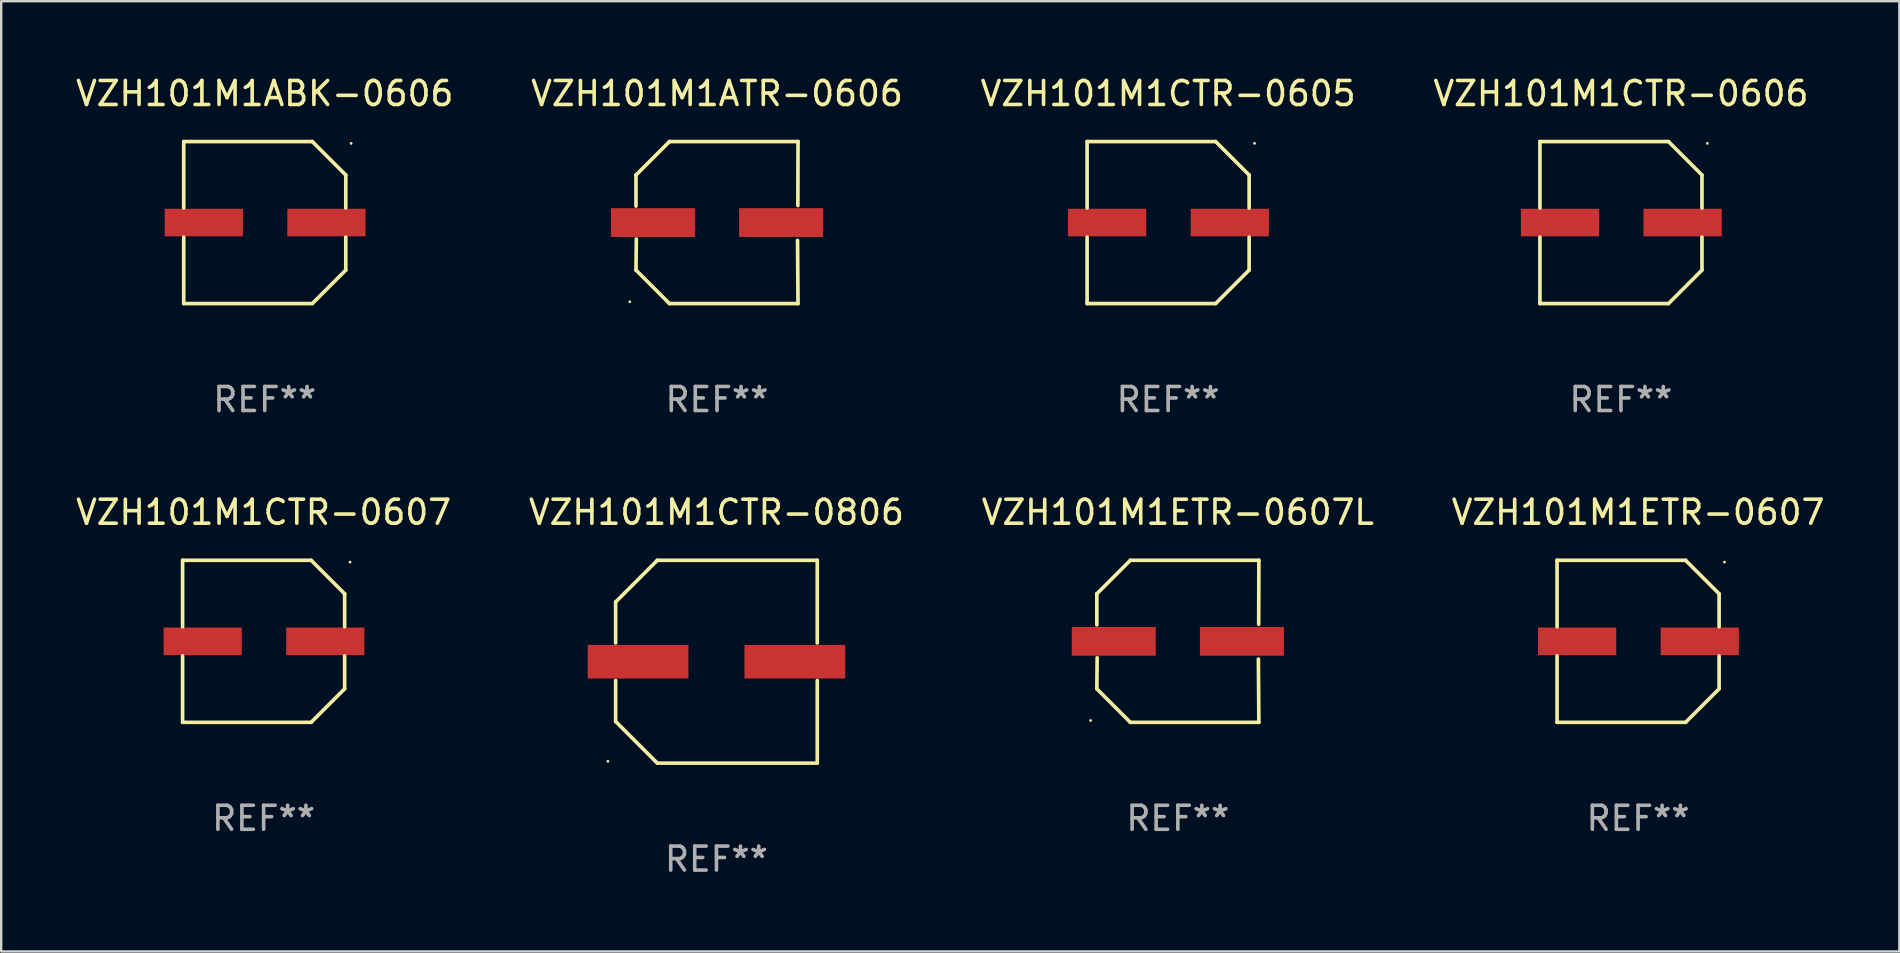
<source format=kicad_pcb>
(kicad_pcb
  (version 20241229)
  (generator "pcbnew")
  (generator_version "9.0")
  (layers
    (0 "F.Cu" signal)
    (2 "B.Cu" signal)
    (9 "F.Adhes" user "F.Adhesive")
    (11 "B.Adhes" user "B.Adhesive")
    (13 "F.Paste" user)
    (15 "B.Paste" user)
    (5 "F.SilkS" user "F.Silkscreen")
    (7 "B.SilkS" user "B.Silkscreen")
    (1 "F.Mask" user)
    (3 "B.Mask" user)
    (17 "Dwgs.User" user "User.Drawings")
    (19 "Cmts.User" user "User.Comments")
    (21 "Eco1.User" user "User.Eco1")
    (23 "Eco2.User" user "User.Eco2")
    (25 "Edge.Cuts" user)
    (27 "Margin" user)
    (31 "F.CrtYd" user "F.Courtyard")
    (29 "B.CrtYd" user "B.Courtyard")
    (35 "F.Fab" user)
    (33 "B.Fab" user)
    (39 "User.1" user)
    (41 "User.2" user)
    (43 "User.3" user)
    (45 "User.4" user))
  (footprint "VZH101M1CTR-0607"
    (layer "F.Cu")
    (at 7.935 23.673)
    (property "Reference" "VZH101M1CTR-0607" (at 0 -5.376 0) (layer "F.SilkS") (effects (font (size 1 1) (thickness 0.15))))
    (attr through_hole)
    (fp_line (start -3.376 -3.376) (end 1.98 -3.376) (stroke (width 0.152) (type solid)) (layer "F.SilkS"))
    (fp_line (start -3.376 -0.607) (end -3.376 -3.376) (stroke (width 0.152) (type solid)) (layer "F.SilkS"))
    (fp_line (start -3.376 0.607) (end -3.376 3.376) (stroke (width 0.152) (type solid)) (layer "F.SilkS"))
    (fp_line (start -3.376 3.376) (end 1.98 3.376) (stroke (width 0.152) (type solid)) (layer "F.SilkS"))
    (fp_line (start 1.98 -3.376) (end 3.376 -1.98) (stroke (width 0.152) (type solid)) (layer "F.SilkS"))
    (fp_line (start 1.98 3.376) (end 3.376 1.98) (stroke (width 0.152) (type solid)) (layer "F.SilkS"))
    (fp_line (start 3.376 -1.98) (end 3.376 -0.607) (stroke (width 0.152) (type solid)) (layer "F.SilkS"))
    (fp_line (start 3.376 1.98) (end 3.376 0.607) (stroke (width 0.152) (type solid)) (layer "F.SilkS"))
    (fp_circle (center 3.6 -3.3) (end 3.63 -3.3) (stroke (width 0.06) (type solid)) (fill no) (layer "F.SilkS"))
    (fp_text user "REF**" (at 0 7.376 0) (layer "F.Fab") (effects (font (size 1 1) (thickness 0.15))))
    (pad "1" smd rect (at 2.57 0 180) (size 3.26 1.15) (layers "F.Cu" "F.Mask" "F.Paste"))
    (pad "2" smd rect (at -2.54 0 180) (size 3.26 1.15) (layers "F.Cu" "F.Mask" "F.Paste")))
  (footprint "VZH101M1ATR-0606"
    (layer "F.Cu")
    (at 26.827 6.224)
    (property "Reference" "VZH101M1ATR-0606" (at 0 -5.376 0) (layer "F.SilkS") (effects (font (size 1 1) (thickness 0.15))))
    (attr through_hole)
    (fp_line (start -3.376 -1.98) (end -3.376 -0.686) (stroke (width 0.152) (type solid)) (layer "F.SilkS"))
    (fp_line (start -3.376 1.981) (end -3.362 0.686) (stroke (width 0.152) (type solid)) (layer "F.SilkS"))
    (fp_line (start -1.981 3.376) (end -3.376 1.981) (stroke (width 0.152) (type solid)) (layer "F.SilkS"))
    (fp_line (start -1.98 -3.376) (end -3.376 -1.98) (stroke (width 0.152) (type solid)) (layer "F.SilkS"))
    (fp_line (start 3.356 0.74) (end 3.376 3.376) (stroke (width 0.152) (type solid)) (layer "F.SilkS"))
    (fp_line (start 3.369 -0.707) (end 3.376 -3.376) (stroke (width 0.152) (type solid)) (layer "F.SilkS"))
    (fp_line (start 3.376 3.376) (end -1.981 3.376) (stroke (width 0.152) (type solid)) (layer "F.SilkS"))
    (fp_line (start 3.376 -3.376) (end -1.98 -3.376) (stroke (width 0.152) (type solid)) (layer "F.SilkS"))
    (fp_circle (center -3.634 3.3) (end -3.604 3.3) (stroke (width 0.06) (type solid)) (fill no) (layer "F.SilkS"))
    (fp_text user "REF**" (at 0 7.376 0) (layer "F.Fab") (effects (font (size 1 1) (thickness 0.15))))
    (pad "1" smd rect (at -2.67 0.000254) (size 3.5 1.2) (layers "F.Cu" "F.Mask" "F.Paste"))
    (pad "2" smd rect (at 2.67 0.000254) (size 3.5 1.2) (layers "F.Cu" "F.Mask" "F.Paste")))
  (footprint "VZH101M1CTR-0806"
    (layer "F.Cu")
    (at 26.804 24.523)
    (property "Reference" "VZH101M1CTR-0806" (at 0 -6.226 0) (layer "F.SilkS") (effects (font (size 1 1) (thickness 0.15))))
    (attr through_hole)
    (fp_line (start -4.201 -2.49) (end -4.201 -0.782) (stroke (width 0.152) (type solid)) (layer "F.SilkS"))
    (fp_line (start -4.201 2.49) (end -4.201 0.782) (stroke (width 0.152) (type solid)) (layer "F.SilkS"))
    (fp_line (start -2.465 -4.226) (end -4.201 -2.49) (stroke (width 0.152) (type solid)) (layer "F.SilkS"))
    (fp_line (start -2.465 4.226) (end -4.201 2.49) (stroke (width 0.152) (type solid)) (layer "F.SilkS"))
    (fp_line (start 4.201 -4.226) (end -2.465 -4.226) (stroke (width 0.152) (type solid)) (layer "F.SilkS"))
    (fp_line (start 4.201 -0.782) (end 4.201 -4.226) (stroke (width 0.152) (type solid)) (layer "F.SilkS"))
    (fp_line (start 4.201 0.782) (end 4.201 4.226) (stroke (width 0.152) (type solid)) (layer "F.SilkS"))
    (fp_line (start 4.201 4.226) (end -2.465 4.226) (stroke (width 0.152) (type solid)) (layer "F.SilkS"))
    (fp_circle (center -4.524 4.15) (end -4.494 4.15) (stroke (width 0.06) (type solid)) (fill no) (layer "F.SilkS"))
    (fp_text user "REF**" (at 0 8.226 0) (layer "F.Fab") (effects (font (size 1 1) (thickness 0.15))))
    (pad "1" smd rect (at -3.267 0) (size 4.2 1.4) (layers "F.Cu" "F.Mask" "F.Paste"))
    (pad "2" smd rect (at 3.267 0) (size 4.2 1.4) (layers "F.Cu" "F.Mask" "F.Paste")))
  (footprint "VZH101M1ABK-0606"
    (layer "F.Cu")
    (at 7.982 6.224)
    (property "Reference" "VZH101M1ABK-0606" (at 0 -5.376 0) (layer "F.SilkS") (effects (font (size 1 1) (thickness 0.15))))
    (attr through_hole)
    (fp_line (start -3.376 -3.376) (end 1.98 -3.376) (stroke (width 0.152) (type solid)) (layer "F.SilkS"))
    (fp_line (start -3.376 -0.607) (end -3.376 -3.376) (stroke (width 0.152) (type solid)) (layer "F.SilkS"))
    (fp_line (start -3.376 0.607) (end -3.376 3.376) (stroke (width 0.152) (type solid)) (layer "F.SilkS"))
    (fp_line (start -3.376 3.376) (end 1.98 3.376) (stroke (width 0.152) (type solid)) (layer "F.SilkS"))
    (fp_line (start 1.98 -3.376) (end 3.376 -1.98) (stroke (width 0.152) (type solid)) (layer "F.SilkS"))
    (fp_line (start 1.98 3.376) (end 3.376 1.98) (stroke (width 0.152) (type solid)) (layer "F.SilkS"))
    (fp_line (start 3.376 -1.98) (end 3.376 -0.607) (stroke (width 0.152) (type solid)) (layer "F.SilkS"))
    (fp_line (start 3.376 1.98) (end 3.376 0.607) (stroke (width 0.152) (type solid)) (layer "F.SilkS"))
    (fp_circle (center 3.6 -3.3) (end 3.63 -3.3) (stroke (width 0.06) (type solid)) (fill no) (layer "F.SilkS"))
    (fp_text user "REF**" (at 0 7.376 0) (layer "F.Fab") (effects (font (size 1 1) (thickness 0.15))))
    (pad "1" smd rect (at 2.57 0 180) (size 3.26 1.15) (layers "F.Cu" "F.Mask" "F.Paste"))
    (pad "2" smd rect (at -2.54 0 180) (size 3.26 1.15) (layers "F.Cu" "F.Mask" "F.Paste")))
  (footprint "VZH101M1ETR-0607L"
    (layer "F.Cu")
    (at 46.03 23.673)
    (property "Reference" "VZH101M1ETR-0607L" (at 0 -5.376 0) (layer "F.SilkS") (effects (font (size 1 1) (thickness 0.15))))
    (attr through_hole)
    (fp_line (start -3.376 -1.98) (end -3.376 -0.686) (stroke (width 0.152) (type solid)) (layer "F.SilkS"))
    (fp_line (start -3.376 1.981) (end -3.362 0.686) (stroke (width 0.152) (type solid)) (layer "F.SilkS"))
    (fp_line (start -1.981 3.376) (end -3.376 1.981) (stroke (width 0.152) (type solid)) (layer "F.SilkS"))
    (fp_line (start -1.98 -3.376) (end -3.376 -1.98) (stroke (width 0.152) (type solid)) (layer "F.SilkS"))
    (fp_line (start 3.356 0.74) (end 3.376 3.376) (stroke (width 0.152) (type solid)) (layer "F.SilkS"))
    (fp_line (start 3.369 -0.707) (end 3.376 -3.376) (stroke (width 0.152) (type solid)) (layer "F.SilkS"))
    (fp_line (start 3.376 3.376) (end -1.981 3.376) (stroke (width 0.152) (type solid)) (layer "F.SilkS"))
    (fp_line (start 3.376 -3.376) (end -1.98 -3.376) (stroke (width 0.152) (type solid)) (layer "F.SilkS"))
    (fp_circle (center -3.634 3.3) (end -3.604 3.3) (stroke (width 0.06) (type solid)) (fill no) (layer "F.SilkS"))
    (fp_text user "REF**" (at 0 7.376 0) (layer "F.Fab") (effects (font (size 1 1) (thickness 0.15))))
    (pad "1" smd rect (at -2.67 0.000254) (size 3.5 1.2) (layers "F.Cu" "F.Mask" "F.Paste"))
    (pad "2" smd rect (at 2.67 0.000254) (size 3.5 1.2) (layers "F.Cu" "F.Mask" "F.Paste")))
  (footprint "VZH101M1CTR-0605"
    (layer "F.Cu")
    (at 45.625 6.224)
    (property "Reference" "VZH101M1CTR-0605" (at 0 -5.376 0) (layer "F.SilkS") (effects (font (size 1 1) (thickness 0.15))))
    (attr through_hole)
    (fp_line (start -3.376 -3.376) (end 1.98 -3.376) (stroke (width 0.152) (type solid)) (layer "F.SilkS"))
    (fp_line (start -3.376 -0.607) (end -3.376 -3.376) (stroke (width 0.152) (type solid)) (layer "F.SilkS"))
    (fp_line (start -3.376 0.607) (end -3.376 3.376) (stroke (width 0.152) (type solid)) (layer "F.SilkS"))
    (fp_line (start -3.376 3.376) (end 1.98 3.376) (stroke (width 0.152) (type solid)) (layer "F.SilkS"))
    (fp_line (start 1.98 -3.376) (end 3.376 -1.98) (stroke (width 0.152) (type solid)) (layer "F.SilkS"))
    (fp_line (start 1.98 3.376) (end 3.376 1.98) (stroke (width 0.152) (type solid)) (layer "F.SilkS"))
    (fp_line (start 3.376 -1.98) (end 3.376 -0.607) (stroke (width 0.152) (type solid)) (layer "F.SilkS"))
    (fp_line (start 3.376 1.98) (end 3.376 0.607) (stroke (width 0.152) (type solid)) (layer "F.SilkS"))
    (fp_circle (center 3.6 -3.3) (end 3.63 -3.3) (stroke (width 0.06) (type solid)) (fill no) (layer "F.SilkS"))
    (fp_text user "REF**" (at 0 7.376 0) (layer "F.Fab") (effects (font (size 1 1) (thickness 0.15))))
    (pad "1" smd rect (at 2.57 0 180) (size 3.26 1.15) (layers "F.Cu" "F.Mask" "F.Paste"))
    (pad "2" smd rect (at -2.54 0 180) (size 3.26 1.15) (layers "F.Cu" "F.Mask" "F.Paste")))
  (footprint "VZH101M1CTR-0606"
    (layer "F.Cu")
    (at 64.494 6.224)
    (property "Reference" "VZH101M1CTR-0606" (at 0 -5.376 0) (layer "F.SilkS") (effects (font (size 1 1) (thickness 0.15))))
    (attr through_hole)
    (fp_line (start -3.376 -3.376) (end 1.98 -3.376) (stroke (width 0.152) (type solid)) (layer "F.SilkS"))
    (fp_line (start -3.376 -0.607) (end -3.376 -3.376) (stroke (width 0.152) (type solid)) (layer "F.SilkS"))
    (fp_line (start -3.376 0.607) (end -3.376 3.376) (stroke (width 0.152) (type solid)) (layer "F.SilkS"))
    (fp_line (start -3.376 3.376) (end 1.98 3.376) (stroke (width 0.152) (type solid)) (layer "F.SilkS"))
    (fp_line (start 1.98 -3.376) (end 3.376 -1.98) (stroke (width 0.152) (type solid)) (layer "F.SilkS"))
    (fp_line (start 1.98 3.376) (end 3.376 1.98) (stroke (width 0.152) (type solid)) (layer "F.SilkS"))
    (fp_line (start 3.376 -1.98) (end 3.376 -0.607) (stroke (width 0.152) (type solid)) (layer "F.SilkS"))
    (fp_line (start 3.376 1.98) (end 3.376 0.607) (stroke (width 0.152) (type solid)) (layer "F.SilkS"))
    (fp_circle (center 3.6 -3.3) (end 3.63 -3.3) (stroke (width 0.06) (type solid)) (fill no) (layer "F.SilkS"))
    (fp_text user "REF**" (at 0 7.376 0) (layer "F.Fab") (effects (font (size 1 1) (thickness 0.15))))
    (pad "1" smd rect (at 2.57 0 180) (size 3.26 1.15) (layers "F.Cu" "F.Mask" "F.Paste"))
    (pad "2" smd rect (at -2.54 0 180) (size 3.26 1.15) (layers "F.Cu" "F.Mask" "F.Paste")))
  (footprint "VZH101M1ETR-0607"
    (layer "F.Cu")
    (at 65.208 23.673)
    (property "Reference" "VZH101M1ETR-0607" (at 0 -5.376 0) (layer "F.SilkS") (effects (font (size 1 1) (thickness 0.15))))
    (attr through_hole)
    (fp_line (start -3.376 -3.376) (end 1.98 -3.376) (stroke (width 0.152) (type solid)) (layer "F.SilkS"))
    (fp_line (start -3.376 -0.607) (end -3.376 -3.376) (stroke (width 0.152) (type solid)) (layer "F.SilkS"))
    (fp_line (start -3.376 0.607) (end -3.376 3.376) (stroke (width 0.152) (type solid)) (layer "F.SilkS"))
    (fp_line (start -3.376 3.376) (end 1.98 3.376) (stroke (width 0.152) (type solid)) (layer "F.SilkS"))
    (fp_line (start 1.98 -3.376) (end 3.376 -1.98) (stroke (width 0.152) (type solid)) (layer "F.SilkS"))
    (fp_line (start 1.98 3.376) (end 3.376 1.98) (stroke (width 0.152) (type solid)) (layer "F.SilkS"))
    (fp_line (start 3.376 -1.98) (end 3.376 -0.607) (stroke (width 0.152) (type solid)) (layer "F.SilkS"))
    (fp_line (start 3.376 1.98) (end 3.376 0.607) (stroke (width 0.152) (type solid)) (layer "F.SilkS"))
    (fp_circle (center 3.6 -3.3) (end 3.63 -3.3) (stroke (width 0.06) (type solid)) (fill no) (layer "F.SilkS"))
    (fp_text user "REF**" (at 0 7.376 0) (layer "F.Fab") (effects (font (size 1 1) (thickness 0.15))))
    (pad "1" smd rect (at 2.57 0 180) (size 3.26 1.15) (layers "F.Cu" "F.Mask" "F.Paste"))
    (pad "2" smd rect (at -2.54 0 180) (size 3.26 1.15) (layers "F.Cu" "F.Mask" "F.Paste")))
  (gr_rect
    (start -3 -3)
    (end 76.095 36.598)
    (stroke (width 0.1) (type default))
    (fill no)
    (layer "Edge.Cuts")))
</source>
